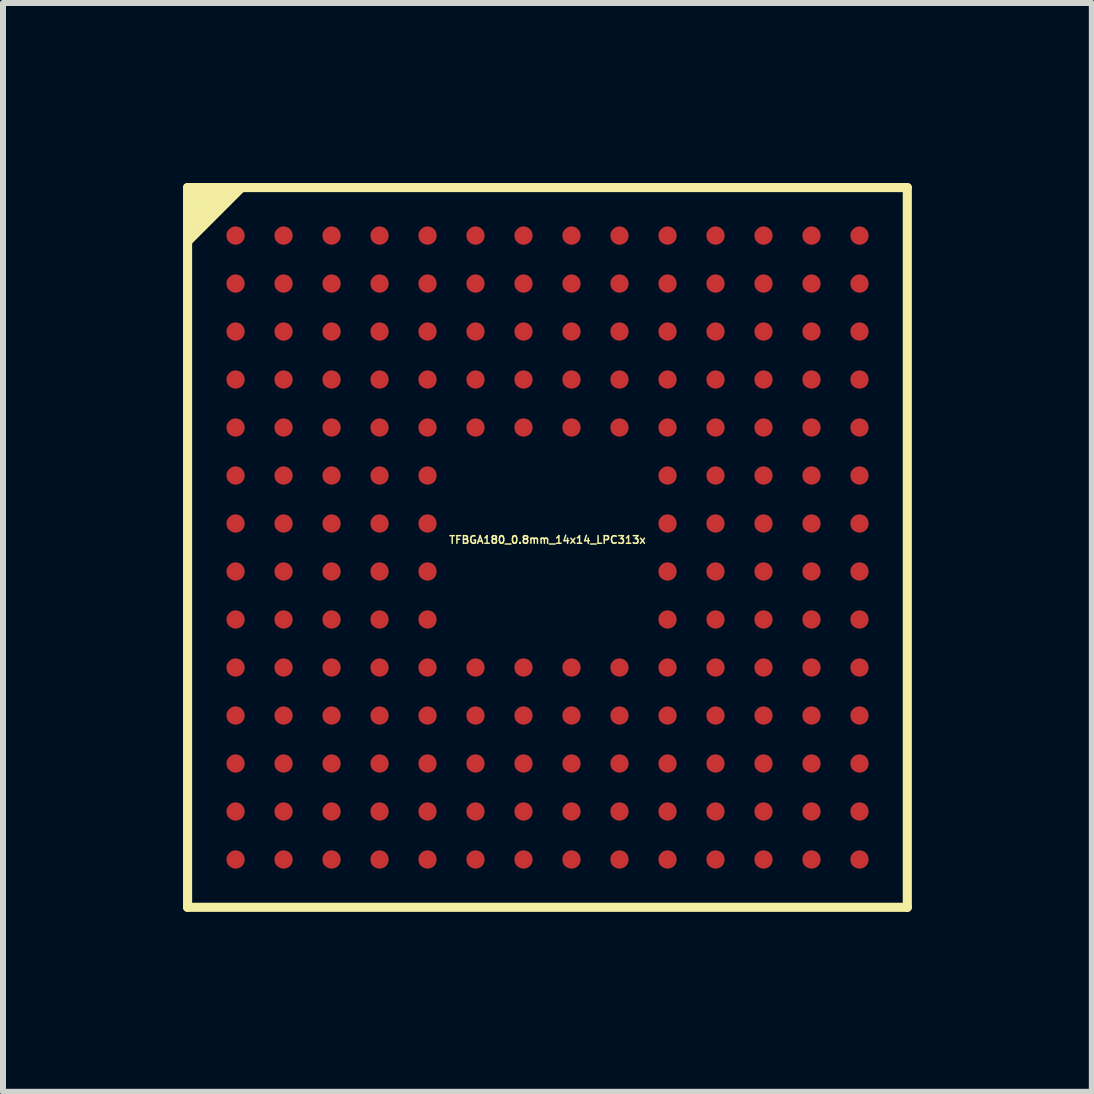
<source format=kicad_pcb>
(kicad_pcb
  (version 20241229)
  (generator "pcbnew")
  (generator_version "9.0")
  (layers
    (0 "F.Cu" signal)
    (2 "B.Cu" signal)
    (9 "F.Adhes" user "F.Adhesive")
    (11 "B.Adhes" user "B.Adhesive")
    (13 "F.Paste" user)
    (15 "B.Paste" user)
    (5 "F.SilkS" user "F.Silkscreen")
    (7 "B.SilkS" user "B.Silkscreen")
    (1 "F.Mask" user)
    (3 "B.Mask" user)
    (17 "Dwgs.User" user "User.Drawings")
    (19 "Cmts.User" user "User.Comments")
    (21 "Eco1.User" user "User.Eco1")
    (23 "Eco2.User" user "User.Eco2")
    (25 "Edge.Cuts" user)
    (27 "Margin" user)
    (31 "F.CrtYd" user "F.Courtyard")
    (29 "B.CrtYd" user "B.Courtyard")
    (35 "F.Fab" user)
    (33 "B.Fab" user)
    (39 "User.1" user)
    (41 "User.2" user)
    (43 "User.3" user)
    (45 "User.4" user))
  (footprint "TFBGA180_0.8mm_14x14_LPC313x"
    (layer "F.Cu")
    (at 6.076 6.076)
    (property "Reference" "TFBGA180_0.8mm_14x14_LPC313x" (at 0 -0.127 0) (layer "F.SilkS") (effects (font (size 0.127 0.127) (thickness 0.025))))
    (attr smd)
    (fp_line (start -5.999 -5.999) (end 5.999 -5.999) (stroke (width 0.152) (type solid)) (layer "F.SilkS"))
    (fp_line (start -5.999 -5.799) (end -5.799 -5.999) (stroke (width 0.152) (type solid)) (layer "F.SilkS"))
    (fp_line (start -5.999 -5.499) (end -5.499 -5.999) (stroke (width 0.152) (type solid)) (layer "F.SilkS"))
    (fp_line (start -5.999 -5.1) (end -5.1 -5.999) (stroke (width 0.152) (type solid)) (layer "F.SilkS"))
    (fp_line (start -5.999 5.999) (end -5.999 -5.999) (stroke (width 0.152) (type solid)) (layer "F.SilkS"))
    (fp_line (start -5.7 -5.999) (end -5.999 -5.7) (stroke (width 0.152) (type solid)) (layer "F.SilkS"))
    (fp_line (start -5.301 -5.999) (end -5.999 -5.301) (stroke (width 0.152) (type solid)) (layer "F.SilkS"))
    (fp_line (start 5.999 -5.999) (end 5.999 5.999) (stroke (width 0.152) (type solid)) (layer "F.SilkS"))
    (fp_line (start 5.999 5.999) (end -5.999 5.999) (stroke (width 0.152) (type solid)) (layer "F.SilkS"))
    (pad "A1" smd circle (at -5.199 -5.199) (size 0.305 0.305) (layers "F.Cu" "F.Mask" "F.Paste"))
    (pad "A2" smd circle (at -4.399 -5.199) (size 0.305 0.305) (layers "F.Cu" "F.Mask" "F.Paste"))
    (pad "A3" smd circle (at -3.599 -5.199) (size 0.305 0.305) (layers "F.Cu" "F.Mask" "F.Paste"))
    (pad "A4" smd circle (at -2.799 -5.199) (size 0.305 0.305) (layers "F.Cu" "F.Mask" "F.Paste"))
    (pad "A5" smd circle (at -1.999 -5.199) (size 0.305 0.305) (layers "F.Cu" "F.Mask" "F.Paste"))
    (pad "A6" smd circle (at -1.199 -5.199) (size 0.305 0.305) (layers "F.Cu" "F.Mask" "F.Paste"))
    (pad "A7" smd circle (at -0.399 -5.199) (size 0.305 0.305) (layers "F.Cu" "F.Mask" "F.Paste"))
    (pad "A8" smd circle (at 0.401 -5.199) (size 0.305 0.305) (layers "F.Cu" "F.Mask" "F.Paste"))
    (pad "A9" smd circle (at 1.201 -5.199) (size 0.305 0.305) (layers "F.Cu" "F.Mask" "F.Paste"))
    (pad "A10" smd circle (at 2.002 -5.199) (size 0.305 0.305) (layers "F.Cu" "F.Mask" "F.Paste"))
    (pad "A11" smd circle (at 2.802 -5.199) (size 0.305 0.305) (layers "F.Cu" "F.Mask" "F.Paste"))
    (pad "A12" smd circle (at 3.602 -5.199) (size 0.305 0.305) (layers "F.Cu" "F.Mask" "F.Paste"))
    (pad "A13" smd circle (at 4.402 -5.199) (size 0.305 0.305) (layers "F.Cu" "F.Mask" "F.Paste"))
    (pad "A14" smd circle (at 5.202 -5.199) (size 0.305 0.305) (layers "F.Cu" "F.Mask" "F.Paste"))
    (pad "B1" smd circle (at -5.199 -4.399) (size 0.305 0.305) (layers "F.Cu" "F.Mask" "F.Paste"))
    (pad "B2" smd circle (at -4.399 -4.399) (size 0.305 0.305) (layers "F.Cu" "F.Mask" "F.Paste"))
    (pad "B3" smd circle (at -3.599 -4.399) (size 0.305 0.305) (layers "F.Cu" "F.Mask" "F.Paste"))
    (pad "B4" smd circle (at -2.799 -4.399) (size 0.305 0.305) (layers "F.Cu" "F.Mask" "F.Paste"))
    (pad "B5" smd circle (at -1.999 -4.399) (size 0.305 0.305) (layers "F.Cu" "F.Mask" "F.Paste"))
    (pad "B6" smd circle (at -1.199 -4.399) (size 0.305 0.305) (layers "F.Cu" "F.Mask" "F.Paste"))
    (pad "B7" smd circle (at -0.399 -4.399) (size 0.305 0.305) (layers "F.Cu" "F.Mask" "F.Paste"))
    (pad "B8" smd circle (at 0.401 -4.399) (size 0.305 0.305) (layers "F.Cu" "F.Mask" "F.Paste"))
    (pad "B9" smd circle (at 1.201 -4.399) (size 0.305 0.305) (layers "F.Cu" "F.Mask" "F.Paste"))
    (pad "B10" smd circle (at 2.002 -4.399) (size 0.305 0.305) (layers "F.Cu" "F.Mask" "F.Paste"))
    (pad "B11" smd circle (at 2.802 -4.399) (size 0.305 0.305) (layers "F.Cu" "F.Mask" "F.Paste"))
    (pad "B12" smd circle (at 3.602 -4.399) (size 0.305 0.305) (layers "F.Cu" "F.Mask" "F.Paste"))
    (pad "B13" smd circle (at 4.402 -4.399) (size 0.305 0.305) (layers "F.Cu" "F.Mask" "F.Paste"))
    (pad "B14" smd circle (at 5.202 -4.399) (size 0.305 0.305) (layers "F.Cu" "F.Mask" "F.Paste"))
    (pad "C1" smd circle (at -5.199 -3.599) (size 0.305 0.305) (layers "F.Cu" "F.Mask" "F.Paste"))
    (pad "C2" smd circle (at -4.399 -3.599) (size 0.305 0.305) (layers "F.Cu" "F.Mask" "F.Paste"))
    (pad "C3" smd circle (at -3.599 -3.599) (size 0.305 0.305) (layers "F.Cu" "F.Mask" "F.Paste"))
    (pad "C4" smd circle (at -2.799 -3.599) (size 0.305 0.305) (layers "F.Cu" "F.Mask" "F.Paste"))
    (pad "C5" smd circle (at -1.999 -3.599) (size 0.305 0.305) (layers "F.Cu" "F.Mask" "F.Paste"))
    (pad "C6" smd circle (at -1.199 -3.599) (size 0.305 0.305) (layers "F.Cu" "F.Mask" "F.Paste"))
    (pad "C7" smd circle (at -0.399 -3.599) (size 0.305 0.305) (layers "F.Cu" "F.Mask" "F.Paste"))
    (pad "C8" smd circle (at 0.401 -3.599) (size 0.305 0.305) (layers "F.Cu" "F.Mask" "F.Paste"))
    (pad "C9" smd circle (at 1.201 -3.599) (size 0.305 0.305) (layers "F.Cu" "F.Mask" "F.Paste"))
    (pad "C10" smd circle (at 2.002 -3.599) (size 0.305 0.305) (layers "F.Cu" "F.Mask" "F.Paste"))
    (pad "C11" smd circle (at 2.802 -3.599) (size 0.305 0.305) (layers "F.Cu" "F.Mask" "F.Paste"))
    (pad "C12" smd circle (at 3.602 -3.599) (size 0.305 0.305) (layers "F.Cu" "F.Mask" "F.Paste"))
    (pad "C13" smd circle (at 4.402 -3.599) (size 0.305 0.305) (layers "F.Cu" "F.Mask" "F.Paste"))
    (pad "C14" smd circle (at 5.202 -3.599) (size 0.305 0.305) (layers "F.Cu" "F.Mask" "F.Paste"))
    (pad "D1" smd circle (at -5.199 -2.799) (size 0.305 0.305) (layers "F.Cu" "F.Mask" "F.Paste"))
    (pad "D2" smd circle (at -4.399 -2.799) (size 0.305 0.305) (layers "F.Cu" "F.Mask" "F.Paste"))
    (pad "D3" smd circle (at -3.599 -2.799) (size 0.305 0.305) (layers "F.Cu" "F.Mask" "F.Paste"))
    (pad "D4" smd circle (at -2.799 -2.799) (size 0.305 0.305) (layers "F.Cu" "F.Mask" "F.Paste"))
    (pad "D5" smd circle (at -1.999 -2.799) (size 0.305 0.305) (layers "F.Cu" "F.Mask" "F.Paste"))
    (pad "D6" smd circle (at -1.199 -2.799) (size 0.305 0.305) (layers "F.Cu" "F.Mask" "F.Paste"))
    (pad "D7" smd circle (at -0.399 -2.799) (size 0.305 0.305) (layers "F.Cu" "F.Mask" "F.Paste"))
    (pad "D8" smd circle (at 0.401 -2.799) (size 0.305 0.305) (layers "F.Cu" "F.Mask" "F.Paste"))
    (pad "D9" smd circle (at 1.201 -2.799) (size 0.305 0.305) (layers "F.Cu" "F.Mask" "F.Paste"))
    (pad "D10" smd circle (at 2.002 -2.799) (size 0.305 0.305) (layers "F.Cu" "F.Mask" "F.Paste"))
    (pad "D11" smd circle (at 2.802 -2.799) (size 0.305 0.305) (layers "F.Cu" "F.Mask" "F.Paste"))
    (pad "D12" smd circle (at 3.602 -2.799) (size 0.305 0.305) (layers "F.Cu" "F.Mask" "F.Paste"))
    (pad "D13" smd circle (at 4.402 -2.799) (size 0.305 0.305) (layers "F.Cu" "F.Mask" "F.Paste"))
    (pad "D14" smd circle (at 5.202 -2.799) (size 0.305 0.305) (layers "F.Cu" "F.Mask" "F.Paste"))
    (pad "E1" smd circle (at -5.199 -1.999) (size 0.305 0.305) (layers "F.Cu" "F.Mask" "F.Paste"))
    (pad "E2" smd circle (at -4.399 -1.999) (size 0.305 0.305) (layers "F.Cu" "F.Mask" "F.Paste"))
    (pad "E3" smd circle (at -3.599 -1.999) (size 0.305 0.305) (layers "F.Cu" "F.Mask" "F.Paste"))
    (pad "E4" smd circle (at -2.799 -1.999) (size 0.305 0.305) (layers "F.Cu" "F.Mask" "F.Paste"))
    (pad "E5" smd circle (at -1.999 -1.999) (size 0.305 0.305) (layers "F.Cu" "F.Mask" "F.Paste"))
    (pad "E6" smd circle (at -1.199 -1.999) (size 0.305 0.305) (layers "F.Cu" "F.Mask" "F.Paste"))
    (pad "E7" smd circle (at -0.399 -1.999) (size 0.305 0.305) (layers "F.Cu" "F.Mask" "F.Paste"))
    (pad "E8" smd circle (at 0.401 -1.999) (size 0.305 0.305) (layers "F.Cu" "F.Mask" "F.Paste"))
    (pad "E9" smd circle (at 1.201 -1.999) (size 0.305 0.305) (layers "F.Cu" "F.Mask" "F.Paste"))
    (pad "E10" smd circle (at 2.002 -1.999) (size 0.305 0.305) (layers "F.Cu" "F.Mask" "F.Paste"))
    (pad "E11" smd circle (at 2.802 -1.999) (size 0.305 0.305) (layers "F.Cu" "F.Mask" "F.Paste"))
    (pad "E12" smd circle (at 3.602 -1.999) (size 0.305 0.305) (layers "F.Cu" "F.Mask" "F.Paste"))
    (pad "E13" smd circle (at 4.402 -1.999) (size 0.305 0.305) (layers "F.Cu" "F.Mask" "F.Paste"))
    (pad "E14" smd circle (at 5.202 -1.999) (size 0.305 0.305) (layers "F.Cu" "F.Mask" "F.Paste"))
    (pad "F1" smd circle (at -5.199 -1.199) (size 0.305 0.305) (layers "F.Cu" "F.Mask" "F.Paste"))
    (pad "F2" smd circle (at -4.399 -1.199) (size 0.305 0.305) (layers "F.Cu" "F.Mask" "F.Paste"))
    (pad "F3" smd circle (at -3.599 -1.199) (size 0.305 0.305) (layers "F.Cu" "F.Mask" "F.Paste"))
    (pad "F4" smd circle (at -2.799 -1.199) (size 0.305 0.305) (layers "F.Cu" "F.Mask" "F.Paste"))
    (pad "F5" smd circle (at -1.999 -1.199) (size 0.305 0.305) (layers "F.Cu" "F.Mask" "F.Paste"))
    (pad "F10" smd circle (at 2.002 -1.199) (size 0.305 0.305) (layers "F.Cu" "F.Mask" "F.Paste"))
    (pad "F11" smd circle (at 2.802 -1.199) (size 0.305 0.305) (layers "F.Cu" "F.Mask" "F.Paste"))
    (pad "F12" smd circle (at 3.602 -1.199) (size 0.305 0.305) (layers "F.Cu" "F.Mask" "F.Paste"))
    (pad "F13" smd circle (at 4.402 -1.199) (size 0.305 0.305) (layers "F.Cu" "F.Mask" "F.Paste"))
    (pad "F14" smd circle (at 5.202 -1.199) (size 0.305 0.305) (layers "F.Cu" "F.Mask" "F.Paste"))
    (pad "G1" smd circle (at -5.199 -0.399) (size 0.305 0.305) (layers "F.Cu" "F.Mask" "F.Paste"))
    (pad "G2" smd circle (at -4.399 -0.399) (size 0.305 0.305) (layers "F.Cu" "F.Mask" "F.Paste"))
    (pad "G3" smd circle (at -3.599 -0.399) (size 0.305 0.305) (layers "F.Cu" "F.Mask" "F.Paste"))
    (pad "G4" smd circle (at -2.799 -0.399) (size 0.305 0.305) (layers "F.Cu" "F.Mask" "F.Paste"))
    (pad "G5" smd circle (at -1.999 -0.399) (size 0.305 0.305) (layers "F.Cu" "F.Mask" "F.Paste"))
    (pad "G10" smd circle (at 2.002 -0.399) (size 0.305 0.305) (layers "F.Cu" "F.Mask" "F.Paste"))
    (pad "G11" smd circle (at 2.802 -0.399) (size 0.305 0.305) (layers "F.Cu" "F.Mask" "F.Paste"))
    (pad "G12" smd circle (at 3.602 -0.399) (size 0.305 0.305) (layers "F.Cu" "F.Mask" "F.Paste"))
    (pad "G13" smd circle (at 4.402 -0.399) (size 0.305 0.305) (layers "F.Cu" "F.Mask" "F.Paste"))
    (pad "G14" smd circle (at 5.202 -0.399) (size 0.305 0.305) (layers "F.Cu" "F.Mask" "F.Paste"))
    (pad "H1" smd circle (at -5.199 0.401) (size 0.305 0.305) (layers "F.Cu" "F.Mask" "F.Paste"))
    (pad "H2" smd circle (at -4.399 0.401) (size 0.305 0.305) (layers "F.Cu" "F.Mask" "F.Paste"))
    (pad "H3" smd circle (at -3.599 0.401) (size 0.305 0.305) (layers "F.Cu" "F.Mask" "F.Paste"))
    (pad "H4" smd circle (at -2.799 0.401) (size 0.305 0.305) (layers "F.Cu" "F.Mask" "F.Paste"))
    (pad "H5" smd circle (at -1.999 0.401) (size 0.305 0.305) (layers "F.Cu" "F.Mask" "F.Paste"))
    (pad "H10" smd circle (at 2.002 0.401) (size 0.305 0.305) (layers "F.Cu" "F.Mask" "F.Paste"))
    (pad "H11" smd circle (at 2.802 0.401) (size 0.305 0.305) (layers "F.Cu" "F.Mask" "F.Paste"))
    (pad "H12" smd circle (at 3.602 0.401) (size 0.305 0.305) (layers "F.Cu" "F.Mask" "F.Paste"))
    (pad "H13" smd circle (at 4.402 0.401) (size 0.305 0.305) (layers "F.Cu" "F.Mask" "F.Paste"))
    (pad "H14" smd circle (at 5.202 0.401) (size 0.305 0.305) (layers "F.Cu" "F.Mask" "F.Paste"))
    (pad "J1" smd circle (at -5.199 1.201) (size 0.305 0.305) (layers "F.Cu" "F.Mask" "F.Paste"))
    (pad "J2" smd circle (at -4.399 1.201) (size 0.305 0.305) (layers "F.Cu" "F.Mask" "F.Paste"))
    (pad "J3" smd circle (at -3.599 1.201) (size 0.305 0.305) (layers "F.Cu" "F.Mask" "F.Paste"))
    (pad "J4" smd circle (at -2.799 1.201) (size 0.305 0.305) (layers "F.Cu" "F.Mask" "F.Paste"))
    (pad "J5" smd circle (at -1.999 1.201) (size 0.305 0.305) (layers "F.Cu" "F.Mask" "F.Paste"))
    (pad "J10" smd circle (at 2.002 1.201) (size 0.305 0.305) (layers "F.Cu" "F.Mask" "F.Paste"))
    (pad "J11" smd circle (at 2.802 1.201) (size 0.305 0.305) (layers "F.Cu" "F.Mask" "F.Paste"))
    (pad "J12" smd circle (at 3.602 1.201) (size 0.305 0.305) (layers "F.Cu" "F.Mask" "F.Paste"))
    (pad "J13" smd circle (at 4.402 1.201) (size 0.305 0.305) (layers "F.Cu" "F.Mask" "F.Paste"))
    (pad "J14" smd circle (at 5.202 1.201) (size 0.305 0.305) (layers "F.Cu" "F.Mask" "F.Paste"))
    (pad "K1" smd circle (at -5.199 2.002) (size 0.305 0.305) (layers "F.Cu" "F.Mask" "F.Paste"))
    (pad "K2" smd circle (at -4.399 2.002) (size 0.305 0.305) (layers "F.Cu" "F.Mask" "F.Paste"))
    (pad "K3" smd circle (at -3.599 2.002) (size 0.305 0.305) (layers "F.Cu" "F.Mask" "F.Paste"))
    (pad "K4" smd circle (at -2.799 2.002) (size 0.305 0.305) (layers "F.Cu" "F.Mask" "F.Paste"))
    (pad "K5" smd circle (at -1.999 2.002) (size 0.305 0.305) (layers "F.Cu" "F.Mask" "F.Paste"))
    (pad "K6" smd circle (at -1.199 2.002) (size 0.305 0.305) (layers "F.Cu" "F.Mask" "F.Paste"))
    (pad "K7" smd circle (at -0.399 2.002) (size 0.305 0.305) (layers "F.Cu" "F.Mask" "F.Paste"))
    (pad "K8" smd circle (at 0.401 2.002) (size 0.305 0.305) (layers "F.Cu" "F.Mask" "F.Paste"))
    (pad "K9" smd circle (at 1.201 2.002) (size 0.305 0.305) (layers "F.Cu" "F.Mask" "F.Paste"))
    (pad "K10" smd circle (at 2.002 2.002) (size 0.305 0.305) (layers "F.Cu" "F.Mask" "F.Paste"))
    (pad "K11" smd circle (at 2.802 2.002) (size 0.305 0.305) (layers "F.Cu" "F.Mask" "F.Paste"))
    (pad "K12" smd circle (at 3.602 2.002) (size 0.305 0.305) (layers "F.Cu" "F.Mask" "F.Paste"))
    (pad "K13" smd circle (at 4.402 2.002) (size 0.305 0.305) (layers "F.Cu" "F.Mask" "F.Paste"))
    (pad "K14" smd circle (at 5.202 2.002) (size 0.305 0.305) (layers "F.Cu" "F.Mask" "F.Paste"))
    (pad "L1" smd circle (at -5.199 2.802) (size 0.305 0.305) (layers "F.Cu" "F.Mask" "F.Paste"))
    (pad "L2" smd circle (at -4.399 2.802) (size 0.305 0.305) (layers "F.Cu" "F.Mask" "F.Paste"))
    (pad "L3" smd circle (at -3.599 2.802) (size 0.305 0.305) (layers "F.Cu" "F.Mask" "F.Paste"))
    (pad "L4" smd circle (at -2.799 2.802) (size 0.305 0.305) (layers "F.Cu" "F.Mask" "F.Paste"))
    (pad "L5" smd circle (at -1.999 2.802) (size 0.305 0.305) (layers "F.Cu" "F.Mask" "F.Paste"))
    (pad "L6" smd circle (at -1.199 2.802) (size 0.305 0.305) (layers "F.Cu" "F.Mask" "F.Paste"))
    (pad "L7" smd circle (at -0.399 2.802) (size 0.305 0.305) (layers "F.Cu" "F.Mask" "F.Paste"))
    (pad "L8" smd circle (at 0.401 2.802) (size 0.305 0.305) (layers "F.Cu" "F.Mask" "F.Paste"))
    (pad "L9" smd circle (at 1.201 2.802) (size 0.305 0.305) (layers "F.Cu" "F.Mask" "F.Paste"))
    (pad "L10" smd circle (at 2.002 2.802) (size 0.305 0.305) (layers "F.Cu" "F.Mask" "F.Paste"))
    (pad "L11" smd circle (at 2.802 2.802) (size 0.305 0.305) (layers "F.Cu" "F.Mask" "F.Paste"))
    (pad "L12" smd circle (at 3.602 2.802) (size 0.305 0.305) (layers "F.Cu" "F.Mask" "F.Paste"))
    (pad "L13" smd circle (at 4.402 2.802) (size 0.305 0.305) (layers "F.Cu" "F.Mask" "F.Paste"))
    (pad "L14" smd circle (at 5.202 2.802) (size 0.305 0.305) (layers "F.Cu" "F.Mask" "F.Paste"))
    (pad "M1" smd circle (at -5.199 3.602) (size 0.305 0.305) (layers "F.Cu" "F.Mask" "F.Paste"))
    (pad "M2" smd circle (at -4.399 3.602) (size 0.305 0.305) (layers "F.Cu" "F.Mask" "F.Paste"))
    (pad "M3" smd circle (at -3.599 3.602) (size 0.305 0.305) (layers "F.Cu" "F.Mask" "F.Paste"))
    (pad "M4" smd circle (at -2.799 3.602) (size 0.305 0.305) (layers "F.Cu" "F.Mask" "F.Paste"))
    (pad "M5" smd circle (at -1.999 3.602) (size 0.305 0.305) (layers "F.Cu" "F.Mask" "F.Paste"))
    (pad "M6" smd circle (at -1.199 3.602) (size 0.305 0.305) (layers "F.Cu" "F.Mask" "F.Paste"))
    (pad "M7" smd circle (at -0.399 3.602) (size 0.305 0.305) (layers "F.Cu" "F.Mask" "F.Paste"))
    (pad "M8" smd circle (at 0.401 3.602) (size 0.305 0.305) (layers "F.Cu" "F.Mask" "F.Paste"))
    (pad "M9" smd circle (at 1.201 3.602) (size 0.305 0.305) (layers "F.Cu" "F.Mask" "F.Paste"))
    (pad "M10" smd circle (at 2.002 3.602) (size 0.305 0.305) (layers "F.Cu" "F.Mask" "F.Paste"))
    (pad "M11" smd circle (at 2.802 3.602) (size 0.305 0.305) (layers "F.Cu" "F.Mask" "F.Paste"))
    (pad "M12" smd circle (at 3.602 3.602) (size 0.305 0.305) (layers "F.Cu" "F.Mask" "F.Paste"))
    (pad "M13" smd circle (at 4.402 3.602) (size 0.305 0.305) (layers "F.Cu" "F.Mask" "F.Paste"))
    (pad "M14" smd circle (at 5.202 3.602) (size 0.305 0.305) (layers "F.Cu" "F.Mask" "F.Paste"))
    (pad "N1" smd circle (at -5.199 4.402) (size 0.305 0.305) (layers "F.Cu" "F.Mask" "F.Paste"))
    (pad "N2" smd circle (at -4.399 4.402) (size 0.305 0.305) (layers "F.Cu" "F.Mask" "F.Paste"))
    (pad "N3" smd circle (at -3.599 4.402) (size 0.305 0.305) (layers "F.Cu" "F.Mask" "F.Paste"))
    (pad "N4" smd circle (at -2.799 4.402) (size 0.305 0.305) (layers "F.Cu" "F.Mask" "F.Paste"))
    (pad "N5" smd circle (at -1.999 4.402) (size 0.305 0.305) (layers "F.Cu" "F.Mask" "F.Paste"))
    (pad "N6" smd circle (at -1.199 4.402) (size 0.305 0.305) (layers "F.Cu" "F.Mask" "F.Paste"))
    (pad "N7" smd circle (at -0.399 4.402) (size 0.305 0.305) (layers "F.Cu" "F.Mask" "F.Paste"))
    (pad "N8" smd circle (at 0.401 4.402) (size 0.305 0.305) (layers "F.Cu" "F.Mask" "F.Paste"))
    (pad "N9" smd circle (at 1.201 4.402) (size 0.305 0.305) (layers "F.Cu" "F.Mask" "F.Paste"))
    (pad "N10" smd circle (at 2.002 4.402) (size 0.305 0.305) (layers "F.Cu" "F.Mask" "F.Paste"))
    (pad "N11" smd circle (at 2.802 4.402) (size 0.305 0.305) (layers "F.Cu" "F.Mask" "F.Paste"))
    (pad "N12" smd circle (at 3.602 4.402) (size 0.305 0.305) (layers "F.Cu" "F.Mask" "F.Paste"))
    (pad "N13" smd circle (at 4.402 4.402) (size 0.305 0.305) (layers "F.Cu" "F.Mask" "F.Paste"))
    (pad "N14" smd circle (at 5.202 4.402) (size 0.305 0.305) (layers "F.Cu" "F.Mask" "F.Paste"))
    (pad "P1" smd circle (at -5.199 5.202) (size 0.305 0.305) (layers "F.Cu" "F.Mask" "F.Paste"))
    (pad "P2" smd circle (at -4.399 5.202) (size 0.305 0.305) (layers "F.Cu" "F.Mask" "F.Paste"))
    (pad "P3" smd circle (at -3.599 5.202) (size 0.305 0.305) (layers "F.Cu" "F.Mask" "F.Paste"))
    (pad "P4" smd circle (at -2.799 5.202) (size 0.305 0.305) (layers "F.Cu" "F.Mask" "F.Paste"))
    (pad "P5" smd circle (at -1.999 5.202) (size 0.305 0.305) (layers "F.Cu" "F.Mask" "F.Paste"))
    (pad "P6" smd circle (at -1.199 5.202) (size 0.305 0.305) (layers "F.Cu" "F.Mask" "F.Paste"))
    (pad "P7" smd circle (at -0.399 5.202) (size 0.305 0.305) (layers "F.Cu" "F.Mask" "F.Paste"))
    (pad "P8" smd circle (at 0.401 5.202) (size 0.305 0.305) (layers "F.Cu" "F.Mask" "F.Paste"))
    (pad "P9" smd circle (at 1.201 5.202) (size 0.305 0.305) (layers "F.Cu" "F.Mask" "F.Paste"))
    (pad "P10" smd circle (at 2.002 5.202) (size 0.305 0.305) (layers "F.Cu" "F.Mask" "F.Paste"))
    (pad "P11" smd circle (at 2.802 5.202) (size 0.305 0.305) (layers "F.Cu" "F.Mask" "F.Paste"))
    (pad "P12" smd circle (at 3.602 5.202) (size 0.305 0.305) (layers "F.Cu" "F.Mask" "F.Paste"))
    (pad "P13" smd circle (at 4.402 5.202) (size 0.305 0.305) (layers "F.Cu" "F.Mask" "F.Paste"))
    (pad "P14" smd circle (at 5.202 5.202) (size 0.305 0.305) (layers "F.Cu" "F.Mask" "F.Paste")))
  (gr_rect
    (start -3 -3)
    (end 15.151 15.151)
    (stroke (width 0.1) (type default))
    (fill no)
    (layer "Edge.Cuts")))
</source>
